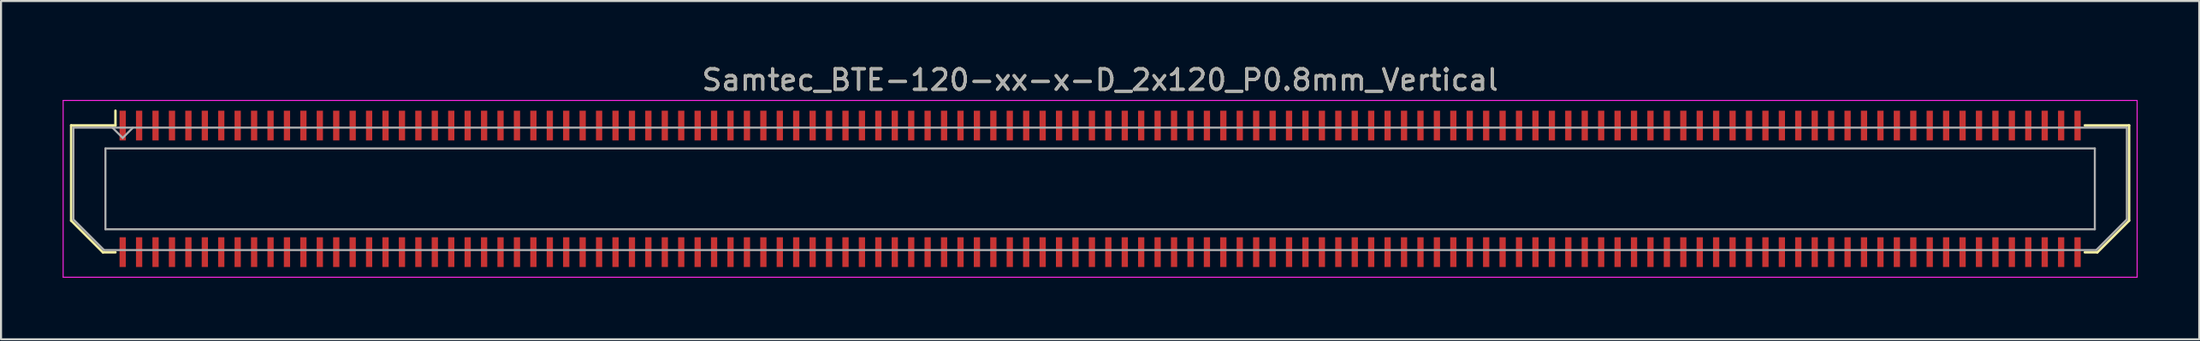
<source format=kicad_pcb>
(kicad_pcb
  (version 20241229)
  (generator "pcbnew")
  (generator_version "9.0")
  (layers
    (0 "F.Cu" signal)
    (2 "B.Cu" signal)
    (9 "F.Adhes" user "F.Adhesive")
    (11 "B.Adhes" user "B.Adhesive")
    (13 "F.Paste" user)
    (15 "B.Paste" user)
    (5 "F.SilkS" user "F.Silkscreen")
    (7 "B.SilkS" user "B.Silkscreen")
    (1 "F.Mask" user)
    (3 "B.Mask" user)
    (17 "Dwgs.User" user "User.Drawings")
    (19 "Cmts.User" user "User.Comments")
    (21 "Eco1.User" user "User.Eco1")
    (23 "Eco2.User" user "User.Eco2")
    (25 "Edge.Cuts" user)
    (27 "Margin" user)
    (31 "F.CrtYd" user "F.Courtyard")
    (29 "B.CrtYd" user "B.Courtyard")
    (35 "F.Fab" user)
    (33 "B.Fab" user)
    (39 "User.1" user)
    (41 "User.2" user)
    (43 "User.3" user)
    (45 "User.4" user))
  (footprint "Samtec_BTE-120-xx-x-D_2x120_P0.8mm_Vertical"
    (layer "F.Cu")
    (at 50.525 6.158)
    (property "Reference" "Samtec_BTE-120-xx-x-D_2x120_P0.8mm_Vertical" (at 0 -5.31 0) (layer "F.SilkS") (effects (font (size 1 1) (thickness 0.15))))
    (attr smd)
    (fp_line (start -50.11 -3.095) (end -50.11 1.548) (stroke (width 0.12) (type solid)) (layer "F.SilkS"))
    (fp_line (start -50.11 1.548) (end -48.562 3.095) (stroke (width 0.12) (type solid)) (layer "F.SilkS"))
    (fp_line (start -48.562 3.095) (end -47.953 3.095) (stroke (width 0.12) (type solid)) (layer "F.SilkS"))
    (fp_line (start -47.953 -3.811) (end -47.953 -3.095) (stroke (width 0.12) (type solid)) (layer "F.SilkS"))
    (fp_line (start -47.953 -3.095) (end -50.11 -3.095) (stroke (width 0.12) (type solid)) (layer "F.SilkS"))
    (fp_line (start 47.953 -3.095) (end 50.11 -3.095) (stroke (width 0.12) (type solid)) (layer "F.SilkS"))
    (fp_line (start 48.562 3.095) (end 47.953 3.095) (stroke (width 0.12) (type solid)) (layer "F.SilkS"))
    (fp_line (start 50.11 -3.095) (end 50.11 1.548) (stroke (width 0.12) (type solid)) (layer "F.SilkS"))
    (fp_line (start 50.11 1.548) (end 48.562 3.095) (stroke (width 0.12) (type solid)) (layer "F.SilkS"))
    (fp_line (start -50.5 -4.31) (end -50.5 4.31) (stroke (width 0.05) (type solid)) (layer "F.CrtYd"))
    (fp_line (start -50.5 4.31) (end 50.5 4.31) (stroke (width 0.05) (type solid)) (layer "F.CrtYd"))
    (fp_line (start 50.5 -4.31) (end -50.5 -4.31) (stroke (width 0.05) (type solid)) (layer "F.CrtYd"))
    (fp_line (start 50.5 4.31) (end 50.5 -4.31) (stroke (width 0.05) (type solid)) (layer "F.CrtYd"))
    (fp_line (start -50 -2.985) (end -50 1.492) (stroke (width 0.1) (type solid)) (layer "F.Fab"))
    (fp_line (start -50 -2.985) (end 50 -2.985) (stroke (width 0.1) (type solid)) (layer "F.Fab"))
    (fp_line (start -50 1.492) (end -48.508 2.985) (stroke (width 0.1) (type solid)) (layer "F.Fab"))
    (fp_line (start -48.508 2.985) (end 48.508 2.985) (stroke (width 0.1) (type solid)) (layer "F.Fab"))
    (fp_line (start -48.44 -1.97) (end -48.44 1.97) (stroke (width 0.1) (type solid)) (layer "F.Fab"))
    (fp_line (start -48.44 1.97) (end 48.44 1.97) (stroke (width 0.1) (type solid)) (layer "F.Fab"))
    (fp_line (start -47.6 -2.485) (end -48.1 -2.985) (stroke (width 0.1) (type solid)) (layer "F.Fab"))
    (fp_line (start -47.1 -2.985) (end -47.6 -2.485) (stroke (width 0.1) (type solid)) (layer "F.Fab"))
    (fp_line (start 48.44 -1.97) (end -48.44 -1.97) (stroke (width 0.1) (type solid)) (layer "F.Fab"))
    (fp_line (start 48.44 1.97) (end 48.44 -1.97) (stroke (width 0.1) (type solid)) (layer "F.Fab"))
    (fp_line (start 50 -2.985) (end 50 1.492) (stroke (width 0.1) (type solid)) (layer "F.Fab"))
    (fp_line (start 50 1.492) (end 48.508 2.985) (stroke (width 0.1) (type solid)) (layer "F.Fab"))
    (fp_text user "${REFERENCE}" (at 0 -5.31 0) (layer "F.Fab") (effects (font (size 1 1) (thickness 0.15))))
    (pad "1" smd rect (at -47.6 -3.086) (size 0.305 1.45) (layers "F.Cu" "F.Mask" "F.Paste"))
    (pad "2" smd rect (at -47.6 3.086) (size 0.305 1.45) (layers "F.Cu" "F.Mask" "F.Paste"))
    (pad "3" smd rect (at -46.8 -3.086) (size 0.305 1.45) (layers "F.Cu" "F.Mask" "F.Paste"))
    (pad "4" smd rect (at -46.8 3.086) (size 0.305 1.45) (layers "F.Cu" "F.Mask" "F.Paste"))
    (pad "5" smd rect (at -46 -3.086) (size 0.305 1.45) (layers "F.Cu" "F.Mask" "F.Paste"))
    (pad "6" smd rect (at -46 3.086) (size 0.305 1.45) (layers "F.Cu" "F.Mask" "F.Paste"))
    (pad "7" smd rect (at -45.2 -3.086) (size 0.305 1.45) (layers "F.Cu" "F.Mask" "F.Paste"))
    (pad "8" smd rect (at -45.2 3.086) (size 0.305 1.45) (layers "F.Cu" "F.Mask" "F.Paste"))
    (pad "9" smd rect (at -44.4 -3.086) (size 0.305 1.45) (layers "F.Cu" "F.Mask" "F.Paste"))
    (pad "10" smd rect (at -44.4 3.086) (size 0.305 1.45) (layers "F.Cu" "F.Mask" "F.Paste"))
    (pad "11" smd rect (at -43.6 -3.086) (size 0.305 1.45) (layers "F.Cu" "F.Mask" "F.Paste"))
    (pad "12" smd rect (at -43.6 3.086) (size 0.305 1.45) (layers "F.Cu" "F.Mask" "F.Paste"))
    (pad "13" smd rect (at -42.8 -3.086) (size 0.305 1.45) (layers "F.Cu" "F.Mask" "F.Paste"))
    (pad "14" smd rect (at -42.8 3.086) (size 0.305 1.45) (layers "F.Cu" "F.Mask" "F.Paste"))
    (pad "15" smd rect (at -42 -3.086) (size 0.305 1.45) (layers "F.Cu" "F.Mask" "F.Paste"))
    (pad "16" smd rect (at -42 3.086) (size 0.305 1.45) (layers "F.Cu" "F.Mask" "F.Paste"))
    (pad "17" smd rect (at -41.2 -3.086) (size 0.305 1.45) (layers "F.Cu" "F.Mask" "F.Paste"))
    (pad "18" smd rect (at -41.2 3.086) (size 0.305 1.45) (layers "F.Cu" "F.Mask" "F.Paste"))
    (pad "19" smd rect (at -40.4 -3.086) (size 0.305 1.45) (layers "F.Cu" "F.Mask" "F.Paste"))
    (pad "20" smd rect (at -40.4 3.086) (size 0.305 1.45) (layers "F.Cu" "F.Mask" "F.Paste"))
    (pad "21" smd rect (at -39.6 -3.086) (size 0.305 1.45) (layers "F.Cu" "F.Mask" "F.Paste"))
    (pad "22" smd rect (at -39.6 3.086) (size 0.305 1.45) (layers "F.Cu" "F.Mask" "F.Paste"))
    (pad "23" smd rect (at -38.8 -3.086) (size 0.305 1.45) (layers "F.Cu" "F.Mask" "F.Paste"))
    (pad "24" smd rect (at -38.8 3.086) (size 0.305 1.45) (layers "F.Cu" "F.Mask" "F.Paste"))
    (pad "25" smd rect (at -38 -3.086) (size 0.305 1.45) (layers "F.Cu" "F.Mask" "F.Paste"))
    (pad "26" smd rect (at -38 3.086) (size 0.305 1.45) (layers "F.Cu" "F.Mask" "F.Paste"))
    (pad "27" smd rect (at -37.2 -3.086) (size 0.305 1.45) (layers "F.Cu" "F.Mask" "F.Paste"))
    (pad "28" smd rect (at -37.2 3.086) (size 0.305 1.45) (layers "F.Cu" "F.Mask" "F.Paste"))
    (pad "29" smd rect (at -36.4 -3.086) (size 0.305 1.45) (layers "F.Cu" "F.Mask" "F.Paste"))
    (pad "30" smd rect (at -36.4 3.086) (size 0.305 1.45) (layers "F.Cu" "F.Mask" "F.Paste"))
    (pad "31" smd rect (at -35.6 -3.086) (size 0.305 1.45) (layers "F.Cu" "F.Mask" "F.Paste"))
    (pad "32" smd rect (at -35.6 3.086) (size 0.305 1.45) (layers "F.Cu" "F.Mask" "F.Paste"))
    (pad "33" smd rect (at -34.8 -3.086) (size 0.305 1.45) (layers "F.Cu" "F.Mask" "F.Paste"))
    (pad "34" smd rect (at -34.8 3.086) (size 0.305 1.45) (layers "F.Cu" "F.Mask" "F.Paste"))
    (pad "35" smd rect (at -34 -3.086) (size 0.305 1.45) (layers "F.Cu" "F.Mask" "F.Paste"))
    (pad "36" smd rect (at -34 3.086) (size 0.305 1.45) (layers "F.Cu" "F.Mask" "F.Paste"))
    (pad "37" smd rect (at -33.2 -3.086) (size 0.305 1.45) (layers "F.Cu" "F.Mask" "F.Paste"))
    (pad "38" smd rect (at -33.2 3.086) (size 0.305 1.45) (layers "F.Cu" "F.Mask" "F.Paste"))
    (pad "39" smd rect (at -32.4 -3.086) (size 0.305 1.45) (layers "F.Cu" "F.Mask" "F.Paste"))
    (pad "40" smd rect (at -32.4 3.086) (size 0.305 1.45) (layers "F.Cu" "F.Mask" "F.Paste"))
    (pad "41" smd rect (at -31.6 -3.086) (size 0.305 1.45) (layers "F.Cu" "F.Mask" "F.Paste"))
    (pad "42" smd rect (at -31.6 3.086) (size 0.305 1.45) (layers "F.Cu" "F.Mask" "F.Paste"))
    (pad "43" smd rect (at -30.8 -3.086) (size 0.305 1.45) (layers "F.Cu" "F.Mask" "F.Paste"))
    (pad "44" smd rect (at -30.8 3.086) (size 0.305 1.45) (layers "F.Cu" "F.Mask" "F.Paste"))
    (pad "45" smd rect (at -30 -3.086) (size 0.305 1.45) (layers "F.Cu" "F.Mask" "F.Paste"))
    (pad "46" smd rect (at -30 3.086) (size 0.305 1.45) (layers "F.Cu" "F.Mask" "F.Paste"))
    (pad "47" smd rect (at -29.2 -3.086) (size 0.305 1.45) (layers "F.Cu" "F.Mask" "F.Paste"))
    (pad "48" smd rect (at -29.2 3.086) (size 0.305 1.45) (layers "F.Cu" "F.Mask" "F.Paste"))
    (pad "49" smd rect (at -28.4 -3.086) (size 0.305 1.45) (layers "F.Cu" "F.Mask" "F.Paste"))
    (pad "50" smd rect (at -28.4 3.086) (size 0.305 1.45) (layers "F.Cu" "F.Mask" "F.Paste"))
    (pad "51" smd rect (at -27.6 -3.086) (size 0.305 1.45) (layers "F.Cu" "F.Mask" "F.Paste"))
    (pad "52" smd rect (at -27.6 3.086) (size 0.305 1.45) (layers "F.Cu" "F.Mask" "F.Paste"))
    (pad "53" smd rect (at -26.8 -3.086) (size 0.305 1.45) (layers "F.Cu" "F.Mask" "F.Paste"))
    (pad "54" smd rect (at -26.8 3.086) (size 0.305 1.45) (layers "F.Cu" "F.Mask" "F.Paste"))
    (pad "55" smd rect (at -26 -3.086) (size 0.305 1.45) (layers "F.Cu" "F.Mask" "F.Paste"))
    (pad "56" smd rect (at -26 3.086) (size 0.305 1.45) (layers "F.Cu" "F.Mask" "F.Paste"))
    (pad "57" smd rect (at -25.2 -3.086) (size 0.305 1.45) (layers "F.Cu" "F.Mask" "F.Paste"))
    (pad "58" smd rect (at -25.2 3.086) (size 0.305 1.45) (layers "F.Cu" "F.Mask" "F.Paste"))
    (pad "59" smd rect (at -24.4 -3.086) (size 0.305 1.45) (layers "F.Cu" "F.Mask" "F.Paste"))
    (pad "60" smd rect (at -24.4 3.086) (size 0.305 1.45) (layers "F.Cu" "F.Mask" "F.Paste"))
    (pad "61" smd rect (at -23.6 -3.086) (size 0.305 1.45) (layers "F.Cu" "F.Mask" "F.Paste"))
    (pad "62" smd rect (at -23.6 3.086) (size 0.305 1.45) (layers "F.Cu" "F.Mask" "F.Paste"))
    (pad "63" smd rect (at -22.8 -3.086) (size 0.305 1.45) (layers "F.Cu" "F.Mask" "F.Paste"))
    (pad "64" smd rect (at -22.8 3.086) (size 0.305 1.45) (layers "F.Cu" "F.Mask" "F.Paste"))
    (pad "65" smd rect (at -22 -3.086) (size 0.305 1.45) (layers "F.Cu" "F.Mask" "F.Paste"))
    (pad "66" smd rect (at -22 3.086) (size 0.305 1.45) (layers "F.Cu" "F.Mask" "F.Paste"))
    (pad "67" smd rect (at -21.2 -3.086) (size 0.305 1.45) (layers "F.Cu" "F.Mask" "F.Paste"))
    (pad "68" smd rect (at -21.2 3.086) (size 0.305 1.45) (layers "F.Cu" "F.Mask" "F.Paste"))
    (pad "69" smd rect (at -20.4 -3.086) (size 0.305 1.45) (layers "F.Cu" "F.Mask" "F.Paste"))
    (pad "70" smd rect (at -20.4 3.086) (size 0.305 1.45) (layers "F.Cu" "F.Mask" "F.Paste"))
    (pad "71" smd rect (at -19.6 -3.086) (size 0.305 1.45) (layers "F.Cu" "F.Mask" "F.Paste"))
    (pad "72" smd rect (at -19.6 3.086) (size 0.305 1.45) (layers "F.Cu" "F.Mask" "F.Paste"))
    (pad "73" smd rect (at -18.8 -3.086) (size 0.305 1.45) (layers "F.Cu" "F.Mask" "F.Paste"))
    (pad "74" smd rect (at -18.8 3.086) (size 0.305 1.45) (layers "F.Cu" "F.Mask" "F.Paste"))
    (pad "75" smd rect (at -18 -3.086) (size 0.305 1.45) (layers "F.Cu" "F.Mask" "F.Paste"))
    (pad "76" smd rect (at -18 3.086) (size 0.305 1.45) (layers "F.Cu" "F.Mask" "F.Paste"))
    (pad "77" smd rect (at -17.2 -3.086) (size 0.305 1.45) (layers "F.Cu" "F.Mask" "F.Paste"))
    (pad "78" smd rect (at -17.2 3.086) (size 0.305 1.45) (layers "F.Cu" "F.Mask" "F.Paste"))
    (pad "79" smd rect (at -16.4 -3.086) (size 0.305 1.45) (layers "F.Cu" "F.Mask" "F.Paste"))
    (pad "80" smd rect (at -16.4 3.086) (size 0.305 1.45) (layers "F.Cu" "F.Mask" "F.Paste"))
    (pad "81" smd rect (at -15.6 -3.086) (size 0.305 1.45) (layers "F.Cu" "F.Mask" "F.Paste"))
    (pad "82" smd rect (at -15.6 3.086) (size 0.305 1.45) (layers "F.Cu" "F.Mask" "F.Paste"))
    (pad "83" smd rect (at -14.8 -3.086) (size 0.305 1.45) (layers "F.Cu" "F.Mask" "F.Paste"))
    (pad "84" smd rect (at -14.8 3.086) (size 0.305 1.45) (layers "F.Cu" "F.Mask" "F.Paste"))
    (pad "85" smd rect (at -14 -3.086) (size 0.305 1.45) (layers "F.Cu" "F.Mask" "F.Paste"))
    (pad "86" smd rect (at -14 3.086) (size 0.305 1.45) (layers "F.Cu" "F.Mask" "F.Paste"))
    (pad "87" smd rect (at -13.2 -3.086) (size 0.305 1.45) (layers "F.Cu" "F.Mask" "F.Paste"))
    (pad "88" smd rect (at -13.2 3.086) (size 0.305 1.45) (layers "F.Cu" "F.Mask" "F.Paste"))
    (pad "89" smd rect (at -12.4 -3.086) (size 0.305 1.45) (layers "F.Cu" "F.Mask" "F.Paste"))
    (pad "90" smd rect (at -12.4 3.086) (size 0.305 1.45) (layers "F.Cu" "F.Mask" "F.Paste"))
    (pad "91" smd rect (at -11.6 -3.086) (size 0.305 1.45) (layers "F.Cu" "F.Mask" "F.Paste"))
    (pad "92" smd rect (at -11.6 3.086) (size 0.305 1.45) (layers "F.Cu" "F.Mask" "F.Paste"))
    (pad "93" smd rect (at -10.8 -3.086) (size 0.305 1.45) (layers "F.Cu" "F.Mask" "F.Paste"))
    (pad "94" smd rect (at -10.8 3.086) (size 0.305 1.45) (layers "F.Cu" "F.Mask" "F.Paste"))
    (pad "95" smd rect (at -10 -3.086) (size 0.305 1.45) (layers "F.Cu" "F.Mask" "F.Paste"))
    (pad "96" smd rect (at -10 3.086) (size 0.305 1.45) (layers "F.Cu" "F.Mask" "F.Paste"))
    (pad "97" smd rect (at -9.2 -3.086) (size 0.305 1.45) (layers "F.Cu" "F.Mask" "F.Paste"))
    (pad "98" smd rect (at -9.2 3.086) (size 0.305 1.45) (layers "F.Cu" "F.Mask" "F.Paste"))
    (pad "99" smd rect (at -8.4 -3.086) (size 0.305 1.45) (layers "F.Cu" "F.Mask" "F.Paste"))
    (pad "100" smd rect (at -8.4 3.086) (size 0.305 1.45) (layers "F.Cu" "F.Mask" "F.Paste"))
    (pad "101" smd rect (at -7.6 -3.086) (size 0.305 1.45) (layers "F.Cu" "F.Mask" "F.Paste"))
    (pad "102" smd rect (at -7.6 3.086) (size 0.305 1.45) (layers "F.Cu" "F.Mask" "F.Paste"))
    (pad "103" smd rect (at -6.8 -3.086) (size 0.305 1.45) (layers "F.Cu" "F.Mask" "F.Paste"))
    (pad "104" smd rect (at -6.8 3.086) (size 0.305 1.45) (layers "F.Cu" "F.Mask" "F.Paste"))
    (pad "105" smd rect (at -6 -3.086) (size 0.305 1.45) (layers "F.Cu" "F.Mask" "F.Paste"))
    (pad "106" smd rect (at -6 3.086) (size 0.305 1.45) (layers "F.Cu" "F.Mask" "F.Paste"))
    (pad "107" smd rect (at -5.2 -3.086) (size 0.305 1.45) (layers "F.Cu" "F.Mask" "F.Paste"))
    (pad "108" smd rect (at -5.2 3.086) (size 0.305 1.45) (layers "F.Cu" "F.Mask" "F.Paste"))
    (pad "109" smd rect (at -4.4 -3.086) (size 0.305 1.45) (layers "F.Cu" "F.Mask" "F.Paste"))
    (pad "110" smd rect (at -4.4 3.086) (size 0.305 1.45) (layers "F.Cu" "F.Mask" "F.Paste"))
    (pad "111" smd rect (at -3.6 -3.086) (size 0.305 1.45) (layers "F.Cu" "F.Mask" "F.Paste"))
    (pad "112" smd rect (at -3.6 3.086) (size 0.305 1.45) (layers "F.Cu" "F.Mask" "F.Paste"))
    (pad "113" smd rect (at -2.8 -3.086) (size 0.305 1.45) (layers "F.Cu" "F.Mask" "F.Paste"))
    (pad "114" smd rect (at -2.8 3.086) (size 0.305 1.45) (layers "F.Cu" "F.Mask" "F.Paste"))
    (pad "115" smd rect (at -2 -3.086) (size 0.305 1.45) (layers "F.Cu" "F.Mask" "F.Paste"))
    (pad "116" smd rect (at -2 3.086) (size 0.305 1.45) (layers "F.Cu" "F.Mask" "F.Paste"))
    (pad "117" smd rect (at -1.2 -3.086) (size 0.305 1.45) (layers "F.Cu" "F.Mask" "F.Paste"))
    (pad "118" smd rect (at -1.2 3.086) (size 0.305 1.45) (layers "F.Cu" "F.Mask" "F.Paste"))
    (pad "119" smd rect (at -0.4 -3.086) (size 0.305 1.45) (layers "F.Cu" "F.Mask" "F.Paste"))
    (pad "120" smd rect (at -0.4 3.086) (size 0.305 1.45) (layers "F.Cu" "F.Mask" "F.Paste"))
    (pad "121" smd rect (at 0.4 -3.086) (size 0.305 1.45) (layers "F.Cu" "F.Mask" "F.Paste"))
    (pad "122" smd rect (at 0.4 3.086) (size 0.305 1.45) (layers "F.Cu" "F.Mask" "F.Paste"))
    (pad "123" smd rect (at 1.2 -3.086) (size 0.305 1.45) (layers "F.Cu" "F.Mask" "F.Paste"))
    (pad "124" smd rect (at 1.2 3.086) (size 0.305 1.45) (layers "F.Cu" "F.Mask" "F.Paste"))
    (pad "125" smd rect (at 2 -3.086) (size 0.305 1.45) (layers "F.Cu" "F.Mask" "F.Paste"))
    (pad "126" smd rect (at 2 3.086) (size 0.305 1.45) (layers "F.Cu" "F.Mask" "F.Paste"))
    (pad "127" smd rect (at 2.8 -3.086) (size 0.305 1.45) (layers "F.Cu" "F.Mask" "F.Paste"))
    (pad "128" smd rect (at 2.8 3.086) (size 0.305 1.45) (layers "F.Cu" "F.Mask" "F.Paste"))
    (pad "129" smd rect (at 3.6 -3.086) (size 0.305 1.45) (layers "F.Cu" "F.Mask" "F.Paste"))
    (pad "130" smd rect (at 3.6 3.086) (size 0.305 1.45) (layers "F.Cu" "F.Mask" "F.Paste"))
    (pad "131" smd rect (at 4.4 -3.086) (size 0.305 1.45) (layers "F.Cu" "F.Mask" "F.Paste"))
    (pad "132" smd rect (at 4.4 3.086) (size 0.305 1.45) (layers "F.Cu" "F.Mask" "F.Paste"))
    (pad "133" smd rect (at 5.2 -3.086) (size 0.305 1.45) (layers "F.Cu" "F.Mask" "F.Paste"))
    (pad "134" smd rect (at 5.2 3.086) (size 0.305 1.45) (layers "F.Cu" "F.Mask" "F.Paste"))
    (pad "135" smd rect (at 6 -3.086) (size 0.305 1.45) (layers "F.Cu" "F.Mask" "F.Paste"))
    (pad "136" smd rect (at 6 3.086) (size 0.305 1.45) (layers "F.Cu" "F.Mask" "F.Paste"))
    (pad "137" smd rect (at 6.8 -3.086) (size 0.305 1.45) (layers "F.Cu" "F.Mask" "F.Paste"))
    (pad "138" smd rect (at 6.8 3.086) (size 0.305 1.45) (layers "F.Cu" "F.Mask" "F.Paste"))
    (pad "139" smd rect (at 7.6 -3.086) (size 0.305 1.45) (layers "F.Cu" "F.Mask" "F.Paste"))
    (pad "140" smd rect (at 7.6 3.086) (size 0.305 1.45) (layers "F.Cu" "F.Mask" "F.Paste"))
    (pad "141" smd rect (at 8.4 -3.086) (size 0.305 1.45) (layers "F.Cu" "F.Mask" "F.Paste"))
    (pad "142" smd rect (at 8.4 3.086) (size 0.305 1.45) (layers "F.Cu" "F.Mask" "F.Paste"))
    (pad "143" smd rect (at 9.2 -3.086) (size 0.305 1.45) (layers "F.Cu" "F.Mask" "F.Paste"))
    (pad "144" smd rect (at 9.2 3.086) (size 0.305 1.45) (layers "F.Cu" "F.Mask" "F.Paste"))
    (pad "145" smd rect (at 10 -3.086) (size 0.305 1.45) (layers "F.Cu" "F.Mask" "F.Paste"))
    (pad "146" smd rect (at 10 3.086) (size 0.305 1.45) (layers "F.Cu" "F.Mask" "F.Paste"))
    (pad "147" smd rect (at 10.8 -3.086) (size 0.305 1.45) (layers "F.Cu" "F.Mask" "F.Paste"))
    (pad "148" smd rect (at 10.8 3.086) (size 0.305 1.45) (layers "F.Cu" "F.Mask" "F.Paste"))
    (pad "149" smd rect (at 11.6 -3.086) (size 0.305 1.45) (layers "F.Cu" "F.Mask" "F.Paste"))
    (pad "150" smd rect (at 11.6 3.086) (size 0.305 1.45) (layers "F.Cu" "F.Mask" "F.Paste"))
    (pad "151" smd rect (at 12.4 -3.086) (size 0.305 1.45) (layers "F.Cu" "F.Mask" "F.Paste"))
    (pad "152" smd rect (at 12.4 3.086) (size 0.305 1.45) (layers "F.Cu" "F.Mask" "F.Paste"))
    (pad "153" smd rect (at 13.2 -3.086) (size 0.305 1.45) (layers "F.Cu" "F.Mask" "F.Paste"))
    (pad "154" smd rect (at 13.2 3.086) (size 0.305 1.45) (layers "F.Cu" "F.Mask" "F.Paste"))
    (pad "155" smd rect (at 14 -3.086) (size 0.305 1.45) (layers "F.Cu" "F.Mask" "F.Paste"))
    (pad "156" smd rect (at 14 3.086) (size 0.305 1.45) (layers "F.Cu" "F.Mask" "F.Paste"))
    (pad "157" smd rect (at 14.8 -3.086) (size 0.305 1.45) (layers "F.Cu" "F.Mask" "F.Paste"))
    (pad "158" smd rect (at 14.8 3.086) (size 0.305 1.45) (layers "F.Cu" "F.Mask" "F.Paste"))
    (pad "159" smd rect (at 15.6 -3.086) (size 0.305 1.45) (layers "F.Cu" "F.Mask" "F.Paste"))
    (pad "160" smd rect (at 15.6 3.086) (size 0.305 1.45) (layers "F.Cu" "F.Mask" "F.Paste"))
    (pad "161" smd rect (at 16.4 -3.086) (size 0.305 1.45) (layers "F.Cu" "F.Mask" "F.Paste"))
    (pad "162" smd rect (at 16.4 3.086) (size 0.305 1.45) (layers "F.Cu" "F.Mask" "F.Paste"))
    (pad "163" smd rect (at 17.2 -3.086) (size 0.305 1.45) (layers "F.Cu" "F.Mask" "F.Paste"))
    (pad "164" smd rect (at 17.2 3.086) (size 0.305 1.45) (layers "F.Cu" "F.Mask" "F.Paste"))
    (pad "165" smd rect (at 18 -3.086) (size 0.305 1.45) (layers "F.Cu" "F.Mask" "F.Paste"))
    (pad "166" smd rect (at 18 3.086) (size 0.305 1.45) (layers "F.Cu" "F.Mask" "F.Paste"))
    (pad "167" smd rect (at 18.8 -3.086) (size 0.305 1.45) (layers "F.Cu" "F.Mask" "F.Paste"))
    (pad "168" smd rect (at 18.8 3.086) (size 0.305 1.45) (layers "F.Cu" "F.Mask" "F.Paste"))
    (pad "169" smd rect (at 19.6 -3.086) (size 0.305 1.45) (layers "F.Cu" "F.Mask" "F.Paste"))
    (pad "170" smd rect (at 19.6 3.086) (size 0.305 1.45) (layers "F.Cu" "F.Mask" "F.Paste"))
    (pad "171" smd rect (at 20.4 -3.086) (size 0.305 1.45) (layers "F.Cu" "F.Mask" "F.Paste"))
    (pad "172" smd rect (at 20.4 3.086) (size 0.305 1.45) (layers "F.Cu" "F.Mask" "F.Paste"))
    (pad "173" smd rect (at 21.2 -3.086) (size 0.305 1.45) (layers "F.Cu" "F.Mask" "F.Paste"))
    (pad "174" smd rect (at 21.2 3.086) (size 0.305 1.45) (layers "F.Cu" "F.Mask" "F.Paste"))
    (pad "175" smd rect (at 22 -3.086) (size 0.305 1.45) (layers "F.Cu" "F.Mask" "F.Paste"))
    (pad "176" smd rect (at 22 3.086) (size 0.305 1.45) (layers "F.Cu" "F.Mask" "F.Paste"))
    (pad "177" smd rect (at 22.8 -3.086) (size 0.305 1.45) (layers "F.Cu" "F.Mask" "F.Paste"))
    (pad "178" smd rect (at 22.8 3.086) (size 0.305 1.45) (layers "F.Cu" "F.Mask" "F.Paste"))
    (pad "179" smd rect (at 23.6 -3.086) (size 0.305 1.45) (layers "F.Cu" "F.Mask" "F.Paste"))
    (pad "180" smd rect (at 23.6 3.086) (size 0.305 1.45) (layers "F.Cu" "F.Mask" "F.Paste"))
    (pad "181" smd rect (at 24.4 -3.086) (size 0.305 1.45) (layers "F.Cu" "F.Mask" "F.Paste"))
    (pad "182" smd rect (at 24.4 3.086) (size 0.305 1.45) (layers "F.Cu" "F.Mask" "F.Paste"))
    (pad "183" smd rect (at 25.2 -3.086) (size 0.305 1.45) (layers "F.Cu" "F.Mask" "F.Paste"))
    (pad "184" smd rect (at 25.2 3.086) (size 0.305 1.45) (layers "F.Cu" "F.Mask" "F.Paste"))
    (pad "185" smd rect (at 26 -3.086) (size 0.305 1.45) (layers "F.Cu" "F.Mask" "F.Paste"))
    (pad "186" smd rect (at 26 3.086) (size 0.305 1.45) (layers "F.Cu" "F.Mask" "F.Paste"))
    (pad "187" smd rect (at 26.8 -3.086) (size 0.305 1.45) (layers "F.Cu" "F.Mask" "F.Paste"))
    (pad "188" smd rect (at 26.8 3.086) (size 0.305 1.45) (layers "F.Cu" "F.Mask" "F.Paste"))
    (pad "189" smd rect (at 27.6 -3.086) (size 0.305 1.45) (layers "F.Cu" "F.Mask" "F.Paste"))
    (pad "190" smd rect (at 27.6 3.086) (size 0.305 1.45) (layers "F.Cu" "F.Mask" "F.Paste"))
    (pad "191" smd rect (at 28.4 -3.086) (size 0.305 1.45) (layers "F.Cu" "F.Mask" "F.Paste"))
    (pad "192" smd rect (at 28.4 3.086) (size 0.305 1.45) (layers "F.Cu" "F.Mask" "F.Paste"))
    (pad "193" smd rect (at 29.2 -3.086) (size 0.305 1.45) (layers "F.Cu" "F.Mask" "F.Paste"))
    (pad "194" smd rect (at 29.2 3.086) (size 0.305 1.45) (layers "F.Cu" "F.Mask" "F.Paste"))
    (pad "195" smd rect (at 30 -3.086) (size 0.305 1.45) (layers "F.Cu" "F.Mask" "F.Paste"))
    (pad "196" smd rect (at 30 3.086) (size 0.305 1.45) (layers "F.Cu" "F.Mask" "F.Paste"))
    (pad "197" smd rect (at 30.8 -3.086) (size 0.305 1.45) (layers "F.Cu" "F.Mask" "F.Paste"))
    (pad "198" smd rect (at 30.8 3.086) (size 0.305 1.45) (layers "F.Cu" "F.Mask" "F.Paste"))
    (pad "199" smd rect (at 31.6 -3.086) (size 0.305 1.45) (layers "F.Cu" "F.Mask" "F.Paste"))
    (pad "200" smd rect (at 31.6 3.086) (size 0.305 1.45) (layers "F.Cu" "F.Mask" "F.Paste"))
    (pad "201" smd rect (at 32.4 -3.086) (size 0.305 1.45) (layers "F.Cu" "F.Mask" "F.Paste"))
    (pad "202" smd rect (at 32.4 3.086) (size 0.305 1.45) (layers "F.Cu" "F.Mask" "F.Paste"))
    (pad "203" smd rect (at 33.2 -3.086) (size 0.305 1.45) (layers "F.Cu" "F.Mask" "F.Paste"))
    (pad "204" smd rect (at 33.2 3.086) (size 0.305 1.45) (layers "F.Cu" "F.Mask" "F.Paste"))
    (pad "205" smd rect (at 34 -3.086) (size 0.305 1.45) (layers "F.Cu" "F.Mask" "F.Paste"))
    (pad "206" smd rect (at 34 3.086) (size 0.305 1.45) (layers "F.Cu" "F.Mask" "F.Paste"))
    (pad "207" smd rect (at 34.8 -3.086) (size 0.305 1.45) (layers "F.Cu" "F.Mask" "F.Paste"))
    (pad "208" smd rect (at 34.8 3.086) (size 0.305 1.45) (layers "F.Cu" "F.Mask" "F.Paste"))
    (pad "209" smd rect (at 35.6 -3.086) (size 0.305 1.45) (layers "F.Cu" "F.Mask" "F.Paste"))
    (pad "210" smd rect (at 35.6 3.086) (size 0.305 1.45) (layers "F.Cu" "F.Mask" "F.Paste"))
    (pad "211" smd rect (at 36.4 -3.086) (size 0.305 1.45) (layers "F.Cu" "F.Mask" "F.Paste"))
    (pad "212" smd rect (at 36.4 3.086) (size 0.305 1.45) (layers "F.Cu" "F.Mask" "F.Paste"))
    (pad "213" smd rect (at 37.2 -3.086) (size 0.305 1.45) (layers "F.Cu" "F.Mask" "F.Paste"))
    (pad "214" smd rect (at 37.2 3.086) (size 0.305 1.45) (layers "F.Cu" "F.Mask" "F.Paste"))
    (pad "215" smd rect (at 38 -3.086) (size 0.305 1.45) (layers "F.Cu" "F.Mask" "F.Paste"))
    (pad "216" smd rect (at 38 3.086) (size 0.305 1.45) (layers "F.Cu" "F.Mask" "F.Paste"))
    (pad "217" smd rect (at 38.8 -3.086) (size 0.305 1.45) (layers "F.Cu" "F.Mask" "F.Paste"))
    (pad "218" smd rect (at 38.8 3.086) (size 0.305 1.45) (layers "F.Cu" "F.Mask" "F.Paste"))
    (pad "219" smd rect (at 39.6 -3.086) (size 0.305 1.45) (layers "F.Cu" "F.Mask" "F.Paste"))
    (pad "220" smd rect (at 39.6 3.086) (size 0.305 1.45) (layers "F.Cu" "F.Mask" "F.Paste"))
    (pad "221" smd rect (at 40.4 -3.086) (size 0.305 1.45) (layers "F.Cu" "F.Mask" "F.Paste"))
    (pad "222" smd rect (at 40.4 3.086) (size 0.305 1.45) (layers "F.Cu" "F.Mask" "F.Paste"))
    (pad "223" smd rect (at 41.2 -3.086) (size 0.305 1.45) (layers "F.Cu" "F.Mask" "F.Paste"))
    (pad "224" smd rect (at 41.2 3.086) (size 0.305 1.45) (layers "F.Cu" "F.Mask" "F.Paste"))
    (pad "225" smd rect (at 42 -3.086) (size 0.305 1.45) (layers "F.Cu" "F.Mask" "F.Paste"))
    (pad "226" smd rect (at 42 3.086) (size 0.305 1.45) (layers "F.Cu" "F.Mask" "F.Paste"))
    (pad "227" smd rect (at 42.8 -3.086) (size 0.305 1.45) (layers "F.Cu" "F.Mask" "F.Paste"))
    (pad "228" smd rect (at 42.8 3.086) (size 0.305 1.45) (layers "F.Cu" "F.Mask" "F.Paste"))
    (pad "229" smd rect (at 43.6 -3.086) (size 0.305 1.45) (layers "F.Cu" "F.Mask" "F.Paste"))
    (pad "230" smd rect (at 43.6 3.086) (size 0.305 1.45) (layers "F.Cu" "F.Mask" "F.Paste"))
    (pad "231" smd rect (at 44.4 -3.086) (size 0.305 1.45) (layers "F.Cu" "F.Mask" "F.Paste"))
    (pad "232" smd rect (at 44.4 3.086) (size 0.305 1.45) (layers "F.Cu" "F.Mask" "F.Paste"))
    (pad "233" smd rect (at 45.2 -3.086) (size 0.305 1.45) (layers "F.Cu" "F.Mask" "F.Paste"))
    (pad "234" smd rect (at 45.2 3.086) (size 0.305 1.45) (layers "F.Cu" "F.Mask" "F.Paste"))
    (pad "235" smd rect (at 46 -3.086) (size 0.305 1.45) (layers "F.Cu" "F.Mask" "F.Paste"))
    (pad "236" smd rect (at 46 3.086) (size 0.305 1.45) (layers "F.Cu" "F.Mask" "F.Paste"))
    (pad "237" smd rect (at 46.8 -3.086) (size 0.305 1.45) (layers "F.Cu" "F.Mask" "F.Paste"))
    (pad "238" smd rect (at 46.8 3.086) (size 0.305 1.45) (layers "F.Cu" "F.Mask" "F.Paste"))
    (pad "239" smd rect (at 47.6 -3.086) (size 0.305 1.45) (layers "F.Cu" "F.Mask" "F.Paste"))
    (pad "240" smd rect (at 47.6 3.086) (size 0.305 1.45) (layers "F.Cu" "F.Mask" "F.Paste")))
  (gr_rect
    (start -3 -3)
    (end 104.05 13.493)
    (stroke (width 0.1) (type default))
    (fill no)
    (layer "Edge.Cuts")))
</source>
